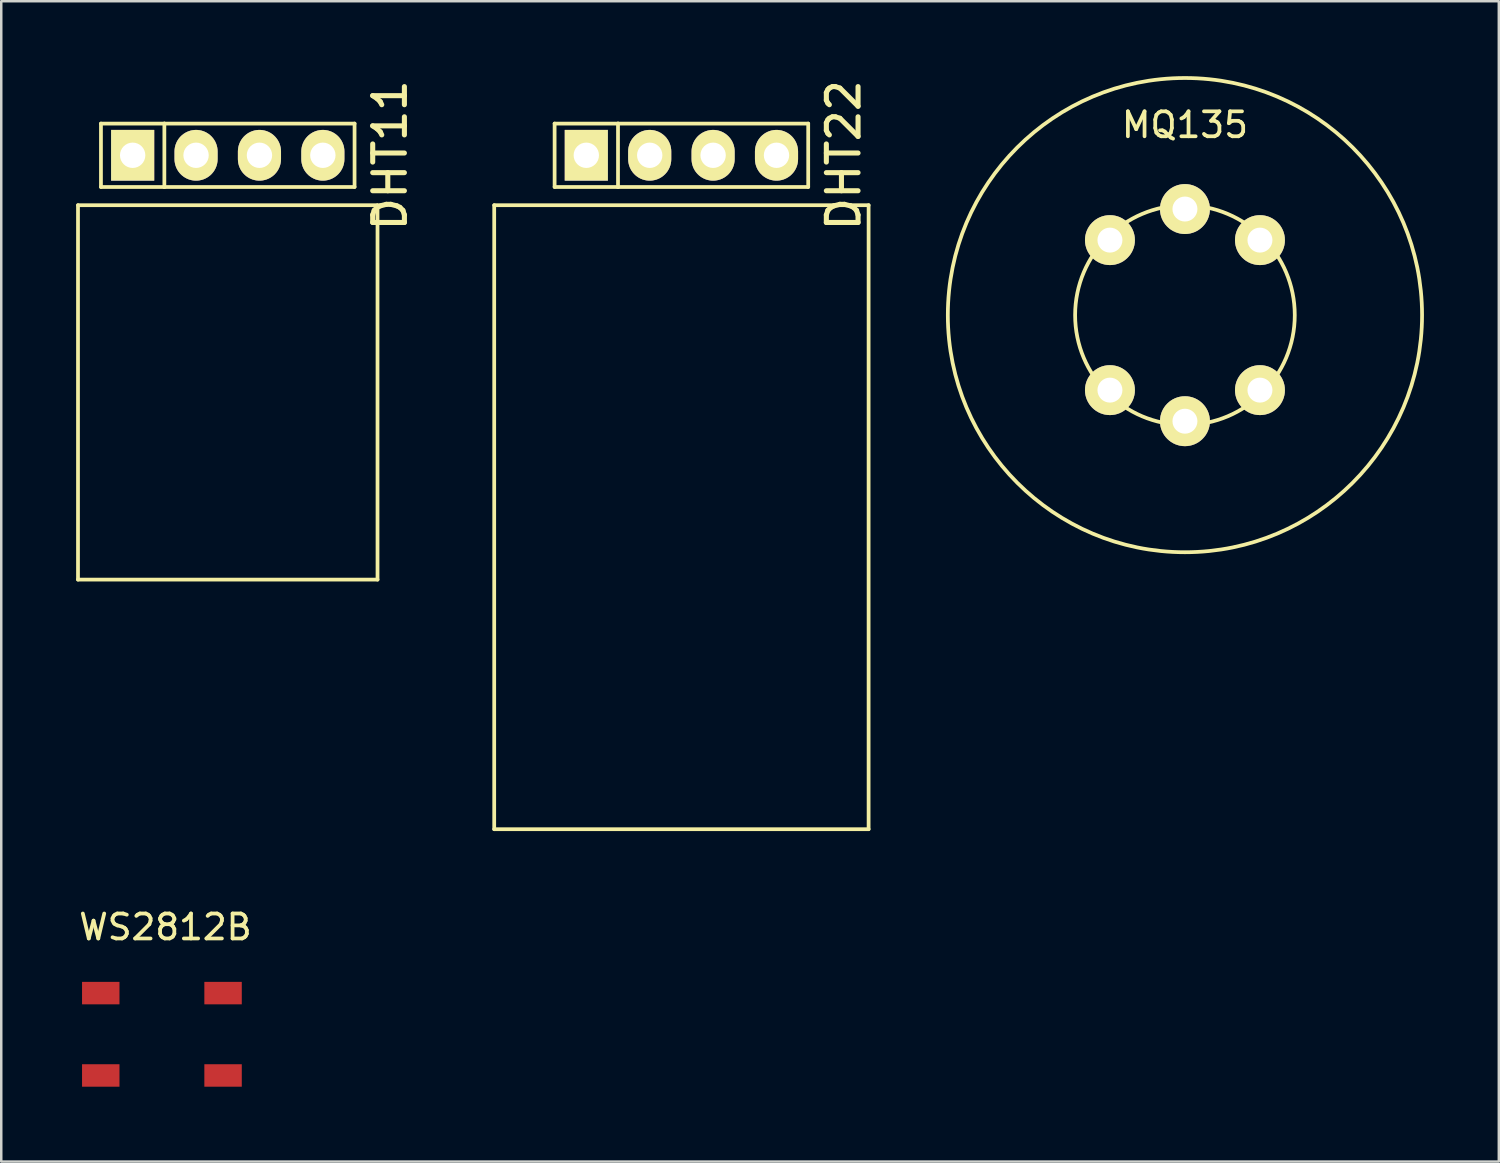
<source format=kicad_pcb>
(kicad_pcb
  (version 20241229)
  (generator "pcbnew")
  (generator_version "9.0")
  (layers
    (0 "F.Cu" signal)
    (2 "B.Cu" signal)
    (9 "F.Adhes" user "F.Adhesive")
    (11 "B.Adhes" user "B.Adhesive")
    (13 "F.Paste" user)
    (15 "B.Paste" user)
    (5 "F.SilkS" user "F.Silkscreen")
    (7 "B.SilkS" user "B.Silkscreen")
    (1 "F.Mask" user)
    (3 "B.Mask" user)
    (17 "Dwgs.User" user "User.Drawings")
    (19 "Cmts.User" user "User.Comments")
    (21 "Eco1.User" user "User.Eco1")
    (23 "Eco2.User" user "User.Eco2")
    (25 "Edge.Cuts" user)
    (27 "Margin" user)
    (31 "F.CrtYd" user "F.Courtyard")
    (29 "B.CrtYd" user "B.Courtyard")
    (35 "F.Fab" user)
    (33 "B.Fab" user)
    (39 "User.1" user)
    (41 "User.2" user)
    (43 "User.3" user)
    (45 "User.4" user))
  (footprint "DHT22"
    (layer "F.Cu")
    (at 22.25 2.671)
    (property "Reference" "DHT22" (at 8.5 0.5 90) (layer "F.SilkS") (effects (font (size 1.27 1.27) (thickness 0.203))))
    (attr through_hole)
    (fp_line (start -5.5 2.5) (end -5.5 27.5) (stroke (width 0.15) (type solid)) (layer "F.SilkS"))
    (fp_line (start -5.5 2.5) (end 9.5 2.5) (stroke (width 0.15) (type solid)) (layer "F.SilkS"))
    (fp_line (start -5.5 27.5) (end 9.5 27.5) (stroke (width 0.15) (type solid)) (layer "F.SilkS"))
    (fp_line (start -3.08 -0.77) (end -3.08 1.77) (stroke (width 0.15) (type solid)) (layer "F.SilkS"))
    (fp_line (start -3.08 -0.77) (end -0.54 -0.77) (stroke (width 0.15) (type solid)) (layer "F.SilkS"))
    (fp_line (start -3.08 1.77) (end -0.54 1.77) (stroke (width 0.15) (type solid)) (layer "F.SilkS"))
    (fp_line (start -0.54 -0.77) (end -0.54 1.77) (stroke (width 0.15) (type solid)) (layer "F.SilkS"))
    (fp_line (start -0.54 -0.77) (end 7.08 -0.77) (stroke (width 0.15) (type solid)) (layer "F.SilkS"))
    (fp_line (start -0.54 1.77) (end 7.08 1.77) (stroke (width 0.15) (type solid)) (layer "F.SilkS"))
    (fp_line (start 7.08 1.77) (end 7.08 -0.77) (stroke (width 0.15) (type solid)) (layer "F.SilkS"))
    (fp_line (start 9.5 27.5) (end 9.5 2.5) (stroke (width 0.15) (type solid)) (layer "F.SilkS"))
    (pad "1" thru_hole rect (at -1.81 0.5) (size 1.727 2.032) (drill 1.016) (layers "*.Cu" "*.Mask" "F.SilkS"))
    (pad "2" thru_hole oval (at 0.73 0.5) (size 1.727 2.032) (drill 1.016) (layers "*.Cu" "*.Mask" "F.SilkS"))
    (pad "3" thru_hole oval (at 3.27 0.5) (size 1.727 2.032) (drill 1.016) (layers "*.Cu" "*.Mask" "F.SilkS"))
    (pad "4" thru_hole oval (at 5.81 0.5) (size 1.727 2.032) (drill 1.016) (layers "*.Cu" "*.Mask" "F.SilkS")))
  (footprint "WS2812B"
    (layer "F.Cu")
    (at 0.987 40.038)
    (property "Reference" "WS2812B" (at 2.591 -5.944 0) (layer "F.SilkS") (effects (font (size 1 1) (thickness 0.15))))
    (attr through_hole)
    (pad "1" smd rect (at 0 -3.3) (size 1.5 0.9) (layers "F.Cu" "F.Mask" "F.Paste"))
    (pad "2" smd rect (at 0 0) (size 1.5 0.9) (layers "F.Cu" "F.Mask" "F.Paste"))
    (pad "3" smd rect (at 4.9 0) (size 1.5 0.9) (layers "F.Cu" "F.Mask" "F.Paste"))
    (pad "4" smd rect (at 4.9 -3.3) (size 1.5 0.9) (layers "F.Cu" "F.Mask" "F.Paste")))
  (footprint "DHT11"
    (layer "F.Cu")
    (at 5.575 2.671)
    (property "Reference" "DHT11" (at 7 0.5 90) (layer "F.SilkS") (effects (font (size 1.27 1.27) (thickness 0.203))))
    (attr through_hole)
    (fp_line (start -5.5 2.5) (end -5.5 17.5) (stroke (width 0.15) (type solid)) (layer "F.SilkS"))
    (fp_line (start -5.5 2.5) (end 6.5 2.5) (stroke (width 0.15) (type solid)) (layer "F.SilkS"))
    (fp_line (start -5.5 17.5) (end 6.5 17.5) (stroke (width 0.15) (type solid)) (layer "F.SilkS"))
    (fp_line (start -4.58 -0.77) (end -4.58 1.77) (stroke (width 0.15) (type solid)) (layer "F.SilkS"))
    (fp_line (start -4.58 -0.77) (end -2.04 -0.77) (stroke (width 0.15) (type solid)) (layer "F.SilkS"))
    (fp_line (start -4.58 1.77) (end -2.04 1.77) (stroke (width 0.15) (type solid)) (layer "F.SilkS"))
    (fp_line (start -2.04 -0.77) (end -2.04 1.77) (stroke (width 0.15) (type solid)) (layer "F.SilkS"))
    (fp_line (start -2.04 -0.77) (end 5.58 -0.77) (stroke (width 0.15) (type solid)) (layer "F.SilkS"))
    (fp_line (start -2.04 1.77) (end 5.58 1.77) (stroke (width 0.15) (type solid)) (layer "F.SilkS"))
    (fp_line (start 5.58 1.77) (end 5.58 -0.77) (stroke (width 0.15) (type solid)) (layer "F.SilkS"))
    (fp_line (start 6.5 17.5) (end 6.5 2.5) (stroke (width 0.15) (type solid)) (layer "F.SilkS"))
    (pad "1" thru_hole rect (at -3.31 0.5) (size 1.727 2.032) (drill 1.016) (layers "*.Cu" "*.Mask" "F.SilkS"))
    (pad "2" thru_hole oval (at -0.77 0.5) (size 1.727 2.032) (drill 1.016) (layers "*.Cu" "*.Mask" "F.SilkS"))
    (pad "3" thru_hole oval (at 1.77 0.5) (size 1.727 2.032) (drill 1.016) (layers "*.Cu" "*.Mask" "F.SilkS"))
    (pad "4" thru_hole oval (at 4.31 0.5) (size 1.727 2.032) (drill 1.016) (layers "*.Cu" "*.Mask" "F.SilkS")))
  (footprint "MQ135"
    (layer "F.Cu")
    (at 44.424 9.575)
    (property "Reference" "MQ135" (at 0 -7.62 0) (layer "F.SilkS") (effects (font (size 1 1) (thickness 0.15))))
    (attr through_hole)
    (fp_circle (center 0 0) (end 0 4.4) (stroke (width 0.15) (type solid)) (fill no) (layer "F.SilkS"))
    (fp_circle (center 0 0) (end 0 9.5) (stroke (width 0.15) (type solid)) (fill no) (layer "F.SilkS"))
    (pad "1" thru_hole circle (at 3.005 -3.005) (size 2 2) (drill 1) (layers "*.Cu" "*.Mask" "F.SilkS"))
    (pad "2" thru_hole circle (at 0 -4.25) (size 2 2) (drill 1) (layers "*.Cu" "*.Mask" "F.SilkS"))
    (pad "3" thru_hole circle (at -3.005 -3.005) (size 2 2) (drill 1) (layers "*.Cu" "*.Mask" "F.SilkS"))
    (pad "4" thru_hole circle (at -3.005 3.005) (size 2 2) (drill 1) (layers "*.Cu" "*.Mask" "F.SilkS"))
    (pad "5" thru_hole circle (at 0 4.25) (size 2 2) (drill 1) (layers "*.Cu" "*.Mask" "F.SilkS"))
    (pad "6" thru_hole circle (at 3.005 3.005) (size 2 2) (drill 1) (layers "*.Cu" "*.Mask" "F.SilkS")))
  (gr_rect
    (start -3 -3)
    (end 56.999 43.488)
    (stroke (width 0.1) (type default))
    (fill no)
    (layer "Edge.Cuts")))
</source>
